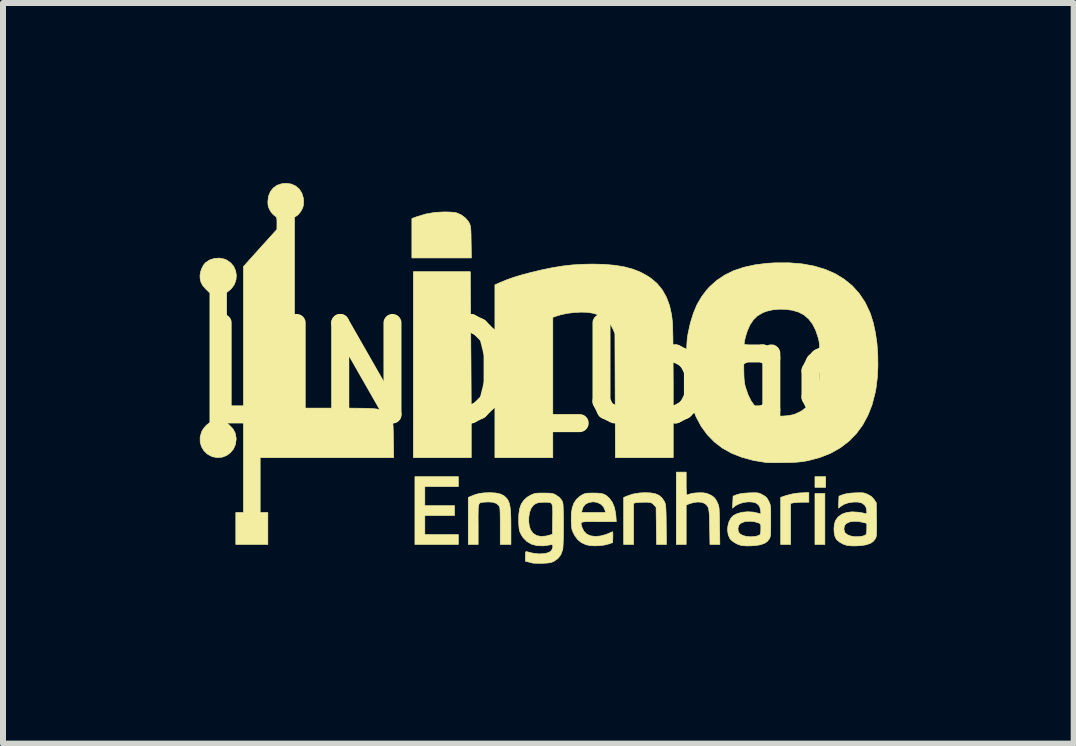
<source format=kicad_pcb>
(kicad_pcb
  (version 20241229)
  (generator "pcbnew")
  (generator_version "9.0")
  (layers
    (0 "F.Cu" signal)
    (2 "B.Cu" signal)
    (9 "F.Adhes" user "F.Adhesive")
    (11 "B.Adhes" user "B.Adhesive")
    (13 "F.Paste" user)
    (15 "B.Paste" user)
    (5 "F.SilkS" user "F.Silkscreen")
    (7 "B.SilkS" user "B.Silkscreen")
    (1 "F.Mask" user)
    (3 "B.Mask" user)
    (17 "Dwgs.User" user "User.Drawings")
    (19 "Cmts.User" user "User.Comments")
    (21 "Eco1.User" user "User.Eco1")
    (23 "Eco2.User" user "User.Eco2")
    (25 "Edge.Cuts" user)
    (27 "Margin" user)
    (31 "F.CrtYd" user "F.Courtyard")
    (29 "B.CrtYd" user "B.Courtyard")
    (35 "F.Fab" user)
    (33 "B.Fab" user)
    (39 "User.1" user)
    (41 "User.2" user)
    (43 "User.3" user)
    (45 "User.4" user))
  (footprint "LINO_logo"
    (layer "F.Cu")
    (at 5.922 3.167)
    (property "Reference" "LINO_logo" (at 0 0 0) (layer "F.SilkS") (effects (font (size 1.524 1.524) (thickness 0.3))))
    (attr through_hole)
    (fp_poly (pts (xy 4.775 2.857) (xy 4.61 2.857) (xy 4.61 2.007) (xy 4.775 2.007) (xy 4.775 2.857)) (stroke (width 0.01) (type solid)) (fill yes) (layer "F.SilkS"))
    (fp_poly (pts (xy 4.788 1.905) (xy 4.61 1.905) (xy 4.61 1.727) (xy 4.788 1.727) (xy 4.788 1.905)) (stroke (width 0.01) (type solid)) (fill yes) (layer "F.SilkS"))
    (fp_poly (pts (xy -1.333 1.892) (xy -1.892 1.892) (xy -1.892 2.21) (xy -1.397 2.21) (xy -1.397 2.375) (xy -1.892 2.375) (xy -1.892 2.692) (xy -1.333 2.692) (xy -1.333 2.857) (xy -2.057 2.857) (xy -2.057 1.727) (xy -1.333 1.727) (xy -1.333 1.892)) (stroke (width 0.01) (type solid)) (fill yes) (layer "F.SilkS"))
    (fp_poly (pts (xy -1.126 -0.575) (xy -1.125 -0.396) (xy -1.123 -0.216) (xy -1.122 -0.036) (xy -1.121 0.139) (xy -1.12 0.307) (xy -1.119 0.466) (xy -1.119 0.612) (xy -1.118 0.742) (xy -1.118 0.854) (xy -1.118 0.945) (xy -1.118 0.975) (xy -1.118 1.41) (xy -2.083 1.41) (xy -2.083 -1.689) (xy -1.134 -1.689) (xy -1.126 -0.575)) (stroke (width 0.01) (type solid)) (fill yes) (layer "F.SilkS"))
    (fp_poly (pts (xy 4.508 2.072) (xy 4.508 2.153) (xy 4.404 2.153) (xy 4.347 2.154) (xy 4.295 2.158) (xy 4.256 2.162) (xy 4.251 2.163) (xy 4.204 2.173) (xy 4.204 2.857) (xy 4.039 2.857) (xy 4.039 2.071) (xy 4.143 2.037) (xy 4.235 2.014) (xy 4.333 2) (xy 4.378 1.997) (xy 4.508 1.991) (xy 4.508 2.072)) (stroke (width 0.01) (type solid)) (fill yes) (layer "F.SilkS"))
    (fp_poly (pts (xy -1.502 -2.684) (xy -1.437 -2.68) (xy -1.386 -2.675) (xy -1.363 -2.67) (xy -1.287 -2.637) (xy -1.22 -2.588) (xy -1.169 -2.53) (xy -1.156 -2.509) (xy -1.145 -2.486) (xy -1.137 -2.465) (xy -1.131 -2.441) (xy -1.127 -2.41) (xy -1.124 -2.367) (xy -1.122 -2.31) (xy -1.121 -2.233) (xy -1.12 -2.182) (xy -1.116 -1.918) (xy -2.108 -1.918) (xy -2.108 -2.575) (xy -2.035 -2.602) (xy -1.879 -2.65) (xy -1.724 -2.677) (xy -1.575 -2.685) (xy -1.502 -2.684)) (stroke (width 0.01) (type solid)) (fill yes) (layer "F.SilkS"))
    (fp_poly (pts (xy 1.875 1.998) (xy 1.95 2.012) (xy 2.008 2.037) (xy 2.055 2.075) (xy 2.093 2.128) (xy 2.1 2.14) (xy 2.108 2.157) (xy 2.115 2.175) (xy 2.12 2.197) (xy 2.123 2.228) (xy 2.126 2.269) (xy 2.128 2.325) (xy 2.13 2.399) (xy 2.131 2.495) (xy 2.131 2.524) (xy 2.135 2.857) (xy 1.97 2.857) (xy 1.966 2.547) (xy 1.962 2.236) (xy 1.921 2.194) (xy 1.9 2.174) (xy 1.88 2.162) (xy 1.857 2.156) (xy 1.821 2.153) (xy 1.768 2.153) (xy 1.713 2.154) (xy 1.664 2.157) (xy 1.629 2.161) (xy 1.622 2.162) (xy 1.587 2.172) (xy 1.587 2.857) (xy 1.422 2.857) (xy 1.422 2.074) (xy 1.47 2.053) (xy 1.574 2.017) (xy 1.69 1.998) (xy 1.78 1.994) (xy 1.875 1.998)) (stroke (width 0.01) (type solid)) (fill yes) (layer "F.SilkS"))
    (fp_poly (pts (xy -0.71 1.999) (xy -0.633 2.016) (xy -0.574 2.044) (xy -0.528 2.087) (xy -0.515 2.105) (xy -0.498 2.136) (xy -0.484 2.172) (xy -0.474 2.216) (xy -0.466 2.273) (xy -0.461 2.344) (xy -0.458 2.433) (xy -0.457 2.544) (xy -0.457 2.581) (xy -0.457 2.857) (xy -0.635 2.857) (xy -0.635 2.548) (xy -0.635 2.451) (xy -0.636 2.376) (xy -0.637 2.32) (xy -0.639 2.279) (xy -0.642 2.251) (xy -0.646 2.231) (xy -0.653 2.218) (xy -0.661 2.206) (xy -0.701 2.172) (xy -0.759 2.153) (xy -0.836 2.148) (xy -0.869 2.15) (xy -0.908 2.152) (xy -0.939 2.155) (xy -0.963 2.16) (xy -0.98 2.171) (xy -0.991 2.19) (xy -0.998 2.22) (xy -1.002 2.264) (xy -1.003 2.325) (xy -1.004 2.406) (xy -1.003 2.509) (xy -1.003 2.516) (xy -1.003 2.857) (xy -1.168 2.857) (xy -1.168 2.073) (xy -1.107 2.047) (xy -1.042 2.022) (xy -0.977 2.006) (xy -0.906 1.997) (xy -0.818 1.994) (xy -0.806 1.994) (xy -0.71 1.999)) (stroke (width 0.01) (type solid)) (fill yes) (layer "F.SilkS"))
    (fp_poly (pts (xy -5.234 -1.9) (xy -5.196 -1.884) (xy -5.128 -1.837) (xy -5.077 -1.777) (xy -5.046 -1.706) (xy -5.033 -1.63) (xy -5.039 -1.553) (xy -5.065 -1.479) (xy -5.111 -1.413) (xy -5.143 -1.383) (xy -5.194 -1.342) (xy -5.194 -0.256) (xy -5.194 0.829) (xy -5.143 0.873) (xy -5.086 0.935) (xy -5.051 1.003) (xy -5.037 1.083) (xy -5.036 1.105) (xy -5.048 1.189) (xy -5.08 1.264) (xy -5.129 1.325) (xy -5.191 1.372) (xy -5.264 1.401) (xy -5.344 1.41) (xy -5.426 1.396) (xy -5.439 1.392) (xy -5.514 1.352) (xy -5.572 1.297) (xy -5.614 1.228) (xy -5.636 1.151) (xy -5.637 1.069) (xy -5.615 0.988) (xy -5.606 0.968) (xy -5.578 0.922) (xy -5.542 0.88) (xy -5.524 0.863) (xy -5.474 0.823) (xy -5.474 -1.333) (xy -5.542 -1.4) (xy -5.593 -1.457) (xy -5.623 -1.514) (xy -5.637 -1.579) (xy -5.639 -1.626) (xy -5.63 -1.683) (xy -5.609 -1.745) (xy -5.578 -1.802) (xy -5.548 -1.838) (xy -5.48 -1.884) (xy -5.401 -1.91) (xy -5.317 -1.916) (xy -5.234 -1.9)) (stroke (width 0.01) (type solid)) (fill yes) (layer "F.SilkS"))
    (fp_poly (pts (xy 2.464 1.841) (xy 2.464 1.908) (xy 2.466 1.964) (xy 2.469 2.006) (xy 2.472 2.029) (xy 2.473 2.032) (xy 2.49 2.028) (xy 2.521 2.018) (xy 2.534 2.013) (xy 2.572 2.004) (xy 2.624 1.998) (xy 2.681 1.995) (xy 2.686 1.995) (xy 2.748 1.996) (xy 2.794 2.003) (xy 2.836 2.017) (xy 2.851 2.024) (xy 2.9 2.05) (xy 2.935 2.079) (xy 2.963 2.118) (xy 2.987 2.166) (xy 2.996 2.187) (xy 3.003 2.208) (xy 3.009 2.233) (xy 3.013 2.265) (xy 3.015 2.308) (xy 3.017 2.366) (xy 3.019 2.441) (xy 3.02 2.538) (xy 3.02 2.543) (xy 3.025 2.857) (xy 2.86 2.857) (xy 2.855 2.569) (xy 2.853 2.465) (xy 2.851 2.384) (xy 2.846 2.321) (xy 2.84 2.274) (xy 2.83 2.24) (xy 2.816 2.214) (xy 2.798 2.194) (xy 2.774 2.176) (xy 2.765 2.17) (xy 2.719 2.154) (xy 2.659 2.149) (xy 2.592 2.157) (xy 2.525 2.175) (xy 2.518 2.178) (xy 2.464 2.2) (xy 2.464 2.857) (xy 2.299 2.857) (xy 2.299 1.651) (xy 2.464 1.651) (xy 2.464 1.841)) (stroke (width 0.01) (type solid)) (fill yes) (layer "F.SilkS"))
    (fp_poly (pts (xy 1.104 -1.811) (xy 1.279 -1.795) (xy 1.436 -1.769) (xy 1.576 -1.731) (xy 1.703 -1.681) (xy 1.818 -1.618) (xy 1.873 -1.582) (xy 1.978 -1.493) (xy 2.065 -1.387) (xy 2.134 -1.265) (xy 2.186 -1.126) (xy 2.221 -0.968) (xy 2.234 -0.855) (xy 2.237 -0.815) (xy 2.239 -0.752) (xy 2.241 -0.668) (xy 2.243 -0.563) (xy 2.244 -0.44) (xy 2.245 -0.3) (xy 2.246 -0.146) (xy 2.247 0.021) (xy 2.248 0.199) (xy 2.248 0.352) (xy 2.248 1.41) (xy 1.284 1.41) (xy 1.276 -0.654) (xy 1.246 -0.729) (xy 1.198 -0.819) (xy 1.132 -0.892) (xy 1.047 -0.948) (xy 0.942 -0.989) (xy 0.905 -0.998) (xy 0.817 -1.012) (xy 0.712 -1.015) (xy 0.599 -1.009) (xy 0.485 -0.995) (xy 0.376 -0.972) (xy 0.28 -0.943) (xy 0.276 -0.941) (xy 0.241 -0.928) (xy 0.241 1.41) (xy -0.724 1.41) (xy -0.724 -1.47) (xy -0.638 -1.508) (xy -0.524 -1.555) (xy -0.4 -1.599) (xy -0.259 -1.641) (xy -0.132 -1.674) (xy 0.063 -1.721) (xy 0.241 -1.757) (xy 0.407 -1.784) (xy 0.568 -1.802) (xy 0.729 -1.812) (xy 0.896 -1.816) (xy 0.908 -1.816) (xy 1.104 -1.811)) (stroke (width 0.01) (type solid)) (fill yes) (layer "F.SilkS"))
    (fp_poly (pts (xy -4.122 -3.151) (xy -4.046 -3.118) (xy -3.986 -3.068) (xy -3.942 -3) (xy -3.917 -2.918) (xy -3.912 -2.855) (xy -3.915 -2.801) (xy -3.926 -2.757) (xy -3.949 -2.711) (xy -3.95 -2.709) (xy -3.977 -2.669) (xy -4.008 -2.635) (xy -4.026 -2.621) (xy -4.064 -2.598) (xy -4.064 -1.007) (xy -4.064 0.584) (xy -3.4 0.584) (xy -3.245 0.584) (xy -3.114 0.585) (xy -3.003 0.586) (xy -2.911 0.587) (xy -2.835 0.589) (xy -2.774 0.592) (xy -2.724 0.596) (xy -2.684 0.601) (xy -2.652 0.607) (xy -2.626 0.614) (xy -2.602 0.624) (xy -2.579 0.635) (xy -2.572 0.638) (xy -2.517 0.678) (xy -2.468 0.735) (xy -2.443 0.775) (xy -2.435 0.792) (xy -2.429 0.813) (xy -2.425 0.841) (xy -2.421 0.88) (xy -2.419 0.934) (xy -2.417 1.005) (xy -2.416 1.098) (xy -2.415 1.114) (xy -2.411 1.41) (xy -4.636 1.41) (xy -4.636 2.324) (xy -4.508 2.324) (xy -4.508 2.857) (xy -5.042 2.857) (xy -5.042 2.324) (xy -4.915 2.324) (xy -4.915 -1.775) (xy -4.636 -2.085) (xy -4.357 -2.394) (xy -4.356 -2.496) (xy -4.357 -2.547) (xy -4.359 -2.579) (xy -4.366 -2.598) (xy -4.378 -2.611) (xy -4.394 -2.621) (xy -4.422 -2.644) (xy -4.453 -2.681) (xy -4.471 -2.709) (xy -4.494 -2.756) (xy -4.505 -2.799) (xy -4.508 -2.853) (xy -4.508 -2.855) (xy -4.498 -2.945) (xy -4.466 -3.023) (xy -4.417 -3.085) (xy -4.351 -3.131) (xy -4.272 -3.156) (xy -4.21 -3.162) (xy -4.122 -3.151)) (stroke (width 0.01) (type solid)) (fill yes) (layer "F.SilkS"))
    (fp_poly (pts (xy 0.996 2.002) (xy 1.051 2.008) (xy 1.095 2.02) (xy 1.132 2.041) (xy 1.169 2.073) (xy 1.187 2.091) (xy 1.233 2.155) (xy 1.267 2.238) (xy 1.288 2.336) (xy 1.292 2.378) (xy 1.299 2.477) (xy 1.005 2.477) (xy 0.909 2.476) (xy 0.835 2.477) (xy 0.781 2.478) (xy 0.745 2.482) (xy 0.723 2.489) (xy 0.713 2.5) (xy 0.712 2.516) (xy 0.717 2.538) (xy 0.726 2.567) (xy 0.726 2.569) (xy 0.758 2.635) (xy 0.805 2.683) (xy 0.868 2.712) (xy 0.944 2.723) (xy 1.032 2.716) (xy 1.13 2.69) (xy 1.236 2.644) (xy 1.24 2.653) (xy 1.242 2.682) (xy 1.242 2.724) (xy 1.242 2.732) (xy 1.238 2.826) (xy 1.168 2.85) (xy 1.099 2.867) (xy 1.019 2.877) (xy 0.937 2.88) (xy 0.86 2.875) (xy 0.798 2.862) (xy 0.792 2.86) (xy 0.717 2.826) (xy 0.659 2.779) (xy 0.611 2.716) (xy 0.597 2.69) (xy 0.578 2.654) (xy 0.565 2.622) (xy 0.557 2.59) (xy 0.553 2.548) (xy 0.55 2.492) (xy 0.548 2.463) (xy 0.55 2.346) (xy 0.553 2.324) (xy 0.721 2.324) (xy 1.12 2.324) (xy 1.112 2.289) (xy 1.086 2.23) (xy 1.041 2.185) (xy 0.981 2.156) (xy 0.917 2.146) (xy 0.844 2.156) (xy 0.787 2.184) (xy 0.748 2.229) (xy 0.729 2.283) (xy 0.721 2.324) (xy 0.553 2.324) (xy 0.564 2.249) (xy 0.592 2.169) (xy 0.635 2.105) (xy 0.694 2.053) (xy 0.72 2.036) (xy 0.749 2.02) (xy 0.775 2.01) (xy 0.805 2.004) (xy 0.845 2.001) (xy 0.903 2) (xy 0.921 2) (xy 0.996 2.002)) (stroke (width 0.01) (type solid)) (fill yes) (layer "F.SilkS"))
    (fp_poly (pts (xy 5.387 1.995) (xy 5.421 1.998) (xy 5.45 2.006) (xy 5.481 2.019) (xy 5.49 2.023) (xy 5.548 2.056) (xy 5.589 2.099) (xy 5.597 2.109) (xy 5.632 2.163) (xy 5.636 2.444) (xy 5.637 2.536) (xy 5.637 2.606) (xy 5.636 2.658) (xy 5.635 2.696) (xy 5.631 2.723) (xy 5.626 2.742) (xy 5.619 2.757) (xy 5.614 2.765) (xy 5.58 2.807) (xy 5.534 2.838) (xy 5.471 2.86) (xy 5.444 2.866) (xy 5.384 2.875) (xy 5.314 2.88) (xy 5.242 2.881) (xy 5.179 2.877) (xy 5.137 2.871) (xy 5.075 2.849) (xy 5.017 2.815) (xy 4.972 2.777) (xy 4.964 2.766) (xy 4.942 2.719) (xy 4.93 2.656) (xy 4.927 2.6) (xy 5.093 2.6) (xy 5.102 2.645) (xy 5.115 2.666) (xy 5.155 2.697) (xy 5.212 2.718) (xy 5.281 2.728) (xy 5.355 2.726) (xy 5.403 2.718) (xy 5.437 2.707) (xy 5.46 2.693) (xy 5.463 2.69) (xy 5.468 2.669) (xy 5.472 2.632) (xy 5.474 2.59) (xy 5.474 2.506) (xy 5.426 2.492) (xy 5.337 2.474) (xy 5.255 2.471) (xy 5.185 2.482) (xy 5.131 2.509) (xy 5.121 2.518) (xy 5.099 2.554) (xy 5.093 2.6) (xy 4.927 2.6) (xy 4.927 2.587) (xy 4.934 2.519) (xy 4.951 2.462) (xy 4.953 2.457) (xy 4.996 2.398) (xy 5.057 2.353) (xy 5.134 2.325) (xy 5.226 2.313) (xy 5.329 2.319) (xy 5.337 2.32) (xy 5.386 2.328) (xy 5.426 2.336) (xy 5.451 2.343) (xy 5.451 2.343) (xy 5.467 2.345) (xy 5.473 2.33) (xy 5.474 2.312) (xy 5.465 2.246) (xy 5.437 2.198) (xy 5.391 2.166) (xy 5.326 2.15) (xy 5.251 2.15) (xy 5.165 2.163) (xy 5.095 2.187) (xy 5.038 2.223) (xy 5.003 2.251) (xy 5.006 2.151) (xy 5.01 2.052) (xy 5.074 2.027) (xy 5.131 2.012) (xy 5.208 2.001) (xy 5.279 1.997) (xy 5.342 1.995) (xy 5.387 1.995)) (stroke (width 0.01) (type solid)) (fill yes) (layer "F.SilkS"))
    (fp_poly (pts (xy 3.659 1.998) (xy 3.685 2.005) (xy 3.713 2.017) (xy 3.734 2.028) (xy 3.778 2.054) (xy 3.809 2.083) (xy 3.834 2.125) (xy 3.839 2.133) (xy 3.85 2.157) (xy 3.859 2.178) (xy 3.865 2.201) (xy 3.869 2.229) (xy 3.872 2.268) (xy 3.873 2.32) (xy 3.873 2.39) (xy 3.873 2.463) (xy 3.873 2.552) (xy 3.872 2.62) (xy 3.871 2.669) (xy 3.868 2.705) (xy 3.863 2.73) (xy 3.857 2.749) (xy 3.849 2.765) (xy 3.849 2.765) (xy 3.815 2.807) (xy 3.769 2.838) (xy 3.706 2.86) (xy 3.678 2.866) (xy 3.618 2.875) (xy 3.546 2.88) (xy 3.474 2.881) (xy 3.41 2.877) (xy 3.371 2.871) (xy 3.314 2.85) (xy 3.258 2.819) (xy 3.212 2.782) (xy 3.193 2.759) (xy 3.165 2.698) (xy 3.154 2.627) (xy 3.155 2.597) (xy 3.327 2.597) (xy 3.333 2.642) (xy 3.353 2.674) (xy 3.356 2.676) (xy 3.403 2.705) (xy 3.466 2.723) (xy 3.539 2.729) (xy 3.616 2.723) (xy 3.637 2.718) (xy 3.672 2.707) (xy 3.695 2.693) (xy 3.697 2.69) (xy 3.703 2.669) (xy 3.707 2.632) (xy 3.708 2.593) (xy 3.708 2.549) (xy 3.704 2.524) (xy 3.694 2.51) (xy 3.674 2.499) (xy 3.667 2.497) (xy 3.603 2.478) (xy 3.532 2.47) (xy 3.465 2.472) (xy 3.438 2.477) (xy 3.38 2.5) (xy 3.344 2.532) (xy 3.329 2.577) (xy 3.327 2.597) (xy 3.155 2.597) (xy 3.158 2.552) (xy 3.176 2.481) (xy 3.209 2.419) (xy 3.252 2.374) (xy 3.317 2.341) (xy 3.398 2.32) (xy 3.487 2.312) (xy 3.578 2.317) (xy 3.665 2.336) (xy 3.688 2.344) (xy 3.703 2.348) (xy 3.708 2.34) (xy 3.707 2.315) (xy 3.704 2.295) (xy 3.692 2.237) (xy 3.67 2.198) (xy 3.634 2.171) (xy 3.624 2.165) (xy 3.567 2.15) (xy 3.497 2.147) (xy 3.423 2.156) (xy 3.352 2.177) (xy 3.293 2.206) (xy 3.277 2.218) (xy 3.237 2.251) (xy 3.241 2.151) (xy 3.245 2.052) (xy 3.308 2.027) (xy 3.359 2.013) (xy 3.425 2.003) (xy 3.513 1.997) (xy 3.518 1.997) (xy 3.582 1.995) (xy 3.626 1.995) (xy 3.659 1.998)) (stroke (width 0.01) (type solid)) (fill yes) (layer "F.SilkS"))
    (fp_poly (pts (xy 0.155 2.001) (xy 0.202 2.003) (xy 0.237 2.009) (xy 0.264 2.017) (xy 0.286 2.028) (xy 0.351 2.073) (xy 0.393 2.126) (xy 0.407 2.16) (xy 0.411 2.187) (xy 0.414 2.235) (xy 0.416 2.3) (xy 0.418 2.378) (xy 0.419 2.464) (xy 0.419 2.555) (xy 0.418 2.645) (xy 0.417 2.731) (xy 0.415 2.809) (xy 0.412 2.874) (xy 0.409 2.922) (xy 0.405 2.945) (xy 0.377 3.023) (xy 0.329 3.088) (xy 0.264 3.135) (xy 0.258 3.138) (xy 0.224 3.153) (xy 0.189 3.162) (xy 0.145 3.167) (xy 0.085 3.17) (xy 0.064 3.171) (xy 0.005 3.171) (xy -0.045 3.17) (xy -0.082 3.169) (xy -0.095 3.167) (xy -0.124 3.159) (xy -0.163 3.15) (xy -0.168 3.148) (xy -0.216 3.136) (xy -0.216 3.053) (xy -0.215 3.008) (xy -0.212 2.984) (xy -0.205 2.976) (xy -0.194 2.977) (xy -0.119 2.996) (xy -0.057 3.008) (xy 0.000443 3.013) (xy 0.025 3.014) (xy 0.111 3.008) (xy 0.176 2.99) (xy 0.218 2.959) (xy 0.239 2.915) (xy 0.241 2.891) (xy 0.239 2.866) (xy 0.226 2.859) (xy 0.206 2.862) (xy 0.087 2.88) (xy -0.019 2.877) (xy -0.112 2.853) (xy -0.19 2.808) (xy -0.254 2.743) (xy -0.289 2.687) (xy -0.304 2.655) (xy -0.315 2.624) (xy -0.321 2.587) (xy -0.325 2.537) (xy -0.328 2.481) (xy -0.16 2.481) (xy -0.15 2.554) (xy -0.13 2.612) (xy -0.13 2.613) (xy -0.087 2.671) (xy -0.03 2.708) (xy 0.041 2.723) (xy 0.125 2.717) (xy 0.191 2.7) (xy 0.235 2.686) (xy 0.238 2.436) (xy 0.24 2.344) (xy 0.239 2.275) (xy 0.236 2.225) (xy 0.228 2.19) (xy 0.214 2.169) (xy 0.191 2.158) (xy 0.159 2.154) (xy 0.115 2.153) (xy 0.089 2.153) (xy 0.014 2.157) (xy -0.042 2.174) (xy -0.084 2.204) (xy -0.118 2.251) (xy -0.127 2.267) (xy -0.148 2.329) (xy -0.159 2.403) (xy -0.16 2.481) (xy -0.328 2.481) (xy -0.328 2.475) (xy -0.326 2.358) (xy -0.312 2.262) (xy -0.285 2.184) (xy -0.242 2.12) (xy -0.184 2.068) (xy -0.134 2.038) (xy -0.1 2.022) (xy -0.07 2.011) (xy -0.039 2.004) (xy 0.001 2.001) (xy 0.057 2) (xy 0.088 2) (xy 0.155 2.001)) (stroke (width 0.01) (type solid)) (fill yes) (layer "F.SilkS"))
    (fp_poly (pts (xy 4.4 -1.819) (xy 4.601 -1.782) (xy 4.785 -1.726) (xy 4.952 -1.653) (xy 5.101 -1.561) (xy 5.234 -1.452) (xy 5.348 -1.324) (xy 5.445 -1.179) (xy 5.523 -1.016) (xy 5.535 -0.986) (xy 5.582 -0.836) (xy 5.618 -0.668) (xy 5.644 -0.488) (xy 5.657 -0.3) (xy 5.659 -0.109) (xy 5.649 0.079) (xy 5.627 0.258) (xy 5.613 0.331) (xy 5.562 0.527) (xy 5.492 0.706) (xy 5.404 0.868) (xy 5.298 1.012) (xy 5.174 1.138) (xy 5.032 1.246) (xy 4.873 1.336) (xy 4.696 1.406) (xy 4.503 1.458) (xy 4.487 1.461) (xy 4.427 1.472) (xy 4.366 1.48) (xy 4.298 1.486) (xy 4.218 1.49) (xy 4.119 1.492) (xy 4.096 1.493) (xy 4.015 1.493) (xy 3.94 1.494) (xy 3.876 1.493) (xy 3.827 1.492) (xy 3.799 1.491) (xy 3.797 1.491) (xy 3.588 1.457) (xy 3.397 1.406) (xy 3.224 1.338) (xy 3.07 1.253) (xy 2.934 1.149) (xy 2.815 1.027) (xy 2.713 0.887) (xy 2.628 0.728) (xy 2.56 0.55) (xy 2.508 0.353) (xy 2.499 0.305) (xy 2.49 0.257) (xy 2.483 0.211) (xy 2.478 0.165) (xy 2.475 0.112) (xy 2.472 0.049) (xy 2.471 -0.028) (xy 2.471 -0.124) (xy 2.471 -0.184) (xy 2.471 -0.234) (xy 3.423 -0.234) (xy 3.424 -0.178) (xy 3.424 -0.078) (xy 3.425 0.001) (xy 3.427 0.062) (xy 3.43 0.11) (xy 3.434 0.15) (xy 3.44 0.184) (xy 3.447 0.218) (xy 3.452 0.235) (xy 3.494 0.359) (xy 3.546 0.465) (xy 3.607 0.55) (xy 3.661 0.599) (xy 3.732 0.644) (xy 3.812 0.681) (xy 3.891 0.706) (xy 3.912 0.711) (xy 3.988 0.718) (xy 4.076 0.717) (xy 4.164 0.71) (xy 4.242 0.695) (xy 4.274 0.686) (xy 4.377 0.638) (xy 4.465 0.572) (xy 4.54 0.486) (xy 4.602 0.379) (xy 4.652 0.25) (xy 4.663 0.21) (xy 4.672 0.174) (xy 4.679 0.14) (xy 4.684 0.104) (xy 4.688 0.06) (xy 4.69 0.005) (xy 4.691 -0.065) (xy 4.691 -0.156) (xy 4.691 -0.191) (xy 4.691 -0.288) (xy 4.69 -0.365) (xy 4.689 -0.424) (xy 4.686 -0.471) (xy 4.681 -0.51) (xy 4.675 -0.544) (xy 4.667 -0.578) (xy 4.663 -0.591) (xy 4.622 -0.714) (xy 4.57 -0.816) (xy 4.507 -0.899) (xy 4.431 -0.965) (xy 4.42 -0.973) (xy 4.335 -1.016) (xy 4.234 -1.046) (xy 4.123 -1.062) (xy 4.009 -1.064) (xy 3.896 -1.052) (xy 3.791 -1.026) (xy 3.736 -1.003) (xy 3.652 -0.953) (xy 3.583 -0.886) (xy 3.526 -0.801) (xy 3.48 -0.695) (xy 3.451 -0.6) (xy 3.442 -0.562) (xy 3.435 -0.527) (xy 3.43 -0.489) (xy 3.427 -0.446) (xy 3.425 -0.391) (xy 3.424 -0.322) (xy 3.423 -0.234) (xy 2.471 -0.234) (xy 2.471 -0.297) (xy 2.472 -0.388) (xy 2.474 -0.462) (xy 2.478 -0.524) (xy 2.482 -0.576) (xy 2.489 -0.623) (xy 2.494 -0.654) (xy 2.534 -0.836) (xy 2.584 -0.997) (xy 2.644 -1.14) (xy 2.718 -1.267) (xy 2.805 -1.383) (xy 2.856 -1.439) (xy 2.973 -1.544) (xy 3.106 -1.633) (xy 3.255 -1.706) (xy 3.422 -1.762) (xy 3.607 -1.803) (xy 3.811 -1.829) (xy 3.95 -1.837) (xy 4.183 -1.837) (xy 4.4 -1.819)) (stroke (width 0.01) (type solid)) (fill yes) (layer "F.SilkS")))
  (gr_rect
    (start -3 -3)
    (end 14.844 9.343)
    (stroke (width 0.1) (type default))
    (fill no)
    (layer "Edge.Cuts")))
</source>
